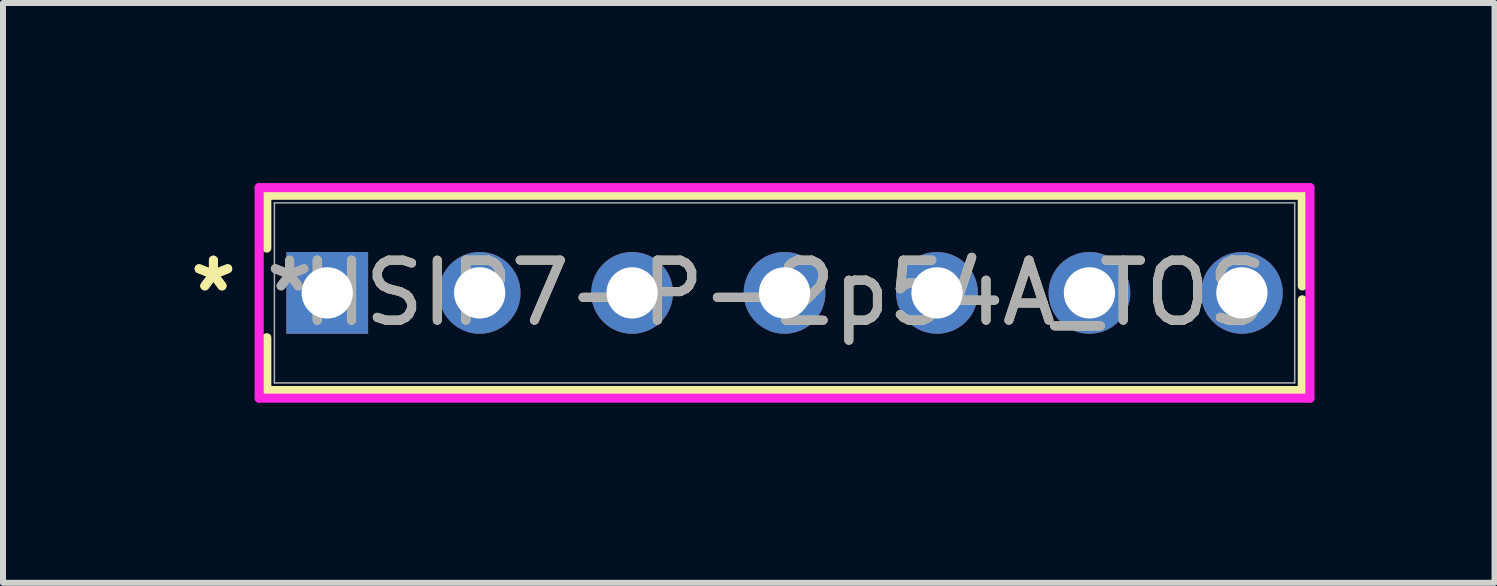
<source format=kicad_pcb>
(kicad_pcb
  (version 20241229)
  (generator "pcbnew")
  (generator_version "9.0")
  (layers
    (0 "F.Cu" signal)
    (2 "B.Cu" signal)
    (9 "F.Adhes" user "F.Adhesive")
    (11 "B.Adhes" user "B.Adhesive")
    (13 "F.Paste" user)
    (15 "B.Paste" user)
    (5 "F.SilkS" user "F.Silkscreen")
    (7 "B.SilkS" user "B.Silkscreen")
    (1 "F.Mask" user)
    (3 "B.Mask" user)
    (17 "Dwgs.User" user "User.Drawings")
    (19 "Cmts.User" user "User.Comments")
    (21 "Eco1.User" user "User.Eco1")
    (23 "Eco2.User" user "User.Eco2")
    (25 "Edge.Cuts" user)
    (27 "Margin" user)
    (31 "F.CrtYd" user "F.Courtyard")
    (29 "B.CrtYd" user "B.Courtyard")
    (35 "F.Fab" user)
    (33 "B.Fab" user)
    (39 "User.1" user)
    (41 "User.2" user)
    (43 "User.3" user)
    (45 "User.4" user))
  (footprint "HSIP7-P-2p54A_TOS"
    (layer "F.Cu")
    (at 2.402 1.83)
    (property "Reference" "HSIP7-P-2p54A_TOS" (at 7.62 0 0) (unlocked yes) (layer "F.SilkS") (effects (font (size 1 1) (thickness 0.15))))
    (attr through_hole)
    (fp_line (start -1.007 -1.627) (end -1.007 -0.747) (stroke (width 0.152) (type solid)) (layer "F.SilkS"))
    (fp_line (start -1.007 0.747) (end -1.007 1.627) (stroke (width 0.152) (type solid)) (layer "F.SilkS"))
    (fp_line (start -1.007 1.627) (end 16.247 1.627) (stroke (width 0.152) (type solid)) (layer "F.SilkS"))
    (fp_line (start 16.247 -1.627) (end -1.007 -1.627) (stroke (width 0.152) (type solid)) (layer "F.SilkS"))
    (fp_line (start 16.247 -0.116) (end 16.247 -1.627) (stroke (width 0.152) (type solid)) (layer "F.SilkS"))
    (fp_line (start 16.247 1.627) (end 16.247 0.116) (stroke (width 0.152) (type solid)) (layer "F.SilkS"))
    (fp_line (start -1.134 -1.754) (end 16.374 -1.754) (stroke (width 0.152) (type solid)) (layer "F.CrtYd"))
    (fp_line (start -1.134 1.754) (end -1.134 -1.754) (stroke (width 0.152) (type solid)) (layer "F.CrtYd"))
    (fp_line (start 16.374 -1.754) (end 16.374 1.754) (stroke (width 0.152) (type solid)) (layer "F.CrtYd"))
    (fp_line (start 16.374 1.754) (end -1.134 1.754) (stroke (width 0.152) (type solid)) (layer "F.CrtYd"))
    (fp_line (start -0.88 -1.5) (end -0.88 1.5) (stroke (width 0.025) (type solid)) (layer "F.Fab"))
    (fp_line (start -0.88 1.5) (end 16.12 1.5) (stroke (width 0.025) (type solid)) (layer "F.Fab"))
    (fp_line (start 16.12 -1.5) (end -0.88 -1.5) (stroke (width 0.025) (type solid)) (layer "F.Fab"))
    (fp_line (start 16.12 1.5) (end 16.12 -1.5) (stroke (width 0.025) (type solid)) (layer "F.Fab"))
    (fp_text user "*" (at -1.896 0 0) (unlocked yes) (layer "F.SilkS") (effects (font (size 1 1) (thickness 0.15))))
    (fp_text user "*" (at -1.896 0 0) (layer "F.SilkS") (effects (font (size 1 1) (thickness 0.15))))
    (fp_text user "*" (at -0.626 0 0) (layer "F.Fab") (effects (font (size 1 1) (thickness 0.15))))
    (fp_text user "*" (at -0.626 0 0) (unlocked yes) (layer "F.Fab") (effects (font (size 1 1) (thickness 0.15))))
    (fp_text user "${REFERENCE}" (at 7.62 0 0) (unlocked yes) (layer "F.Fab") (effects (font (size 1 1) (thickness 0.15))))
    (pad "1" thru_hole rect (at 0 0) (size 1.362 1.362) (drill 0.854) (layers "*.Cu" "*.Mask"))
    (pad "2" thru_hole circle (at 2.54 0) (size 1.362 1.362) (drill 0.854) (layers "*.Cu" "*.Mask"))
    (pad "3" thru_hole circle (at 5.08 0) (size 1.362 1.362) (drill 0.854) (layers "*.Cu" "*.Mask"))
    (pad "4" thru_hole circle (at 7.62 0) (size 1.362 1.362) (drill 0.854) (layers "*.Cu" "*.Mask"))
    (pad "5" thru_hole circle (at 10.16 0) (size 1.362 1.362) (drill 0.854) (layers "*.Cu" "*.Mask"))
    (pad "6" thru_hole circle (at 12.7 0) (size 1.362 1.362) (drill 0.854) (layers "*.Cu" "*.Mask"))
    (pad "7" thru_hole circle (at 15.24 0) (size 1.362 1.362) (drill 0.854) (layers "*.Cu" "*.Mask")))
  (gr_rect
    (start -3 -3)
    (end 21.852 6.66)
    (stroke (width 0.1) (type default))
    (fill no)
    (layer "Edge.Cuts")))
</source>
